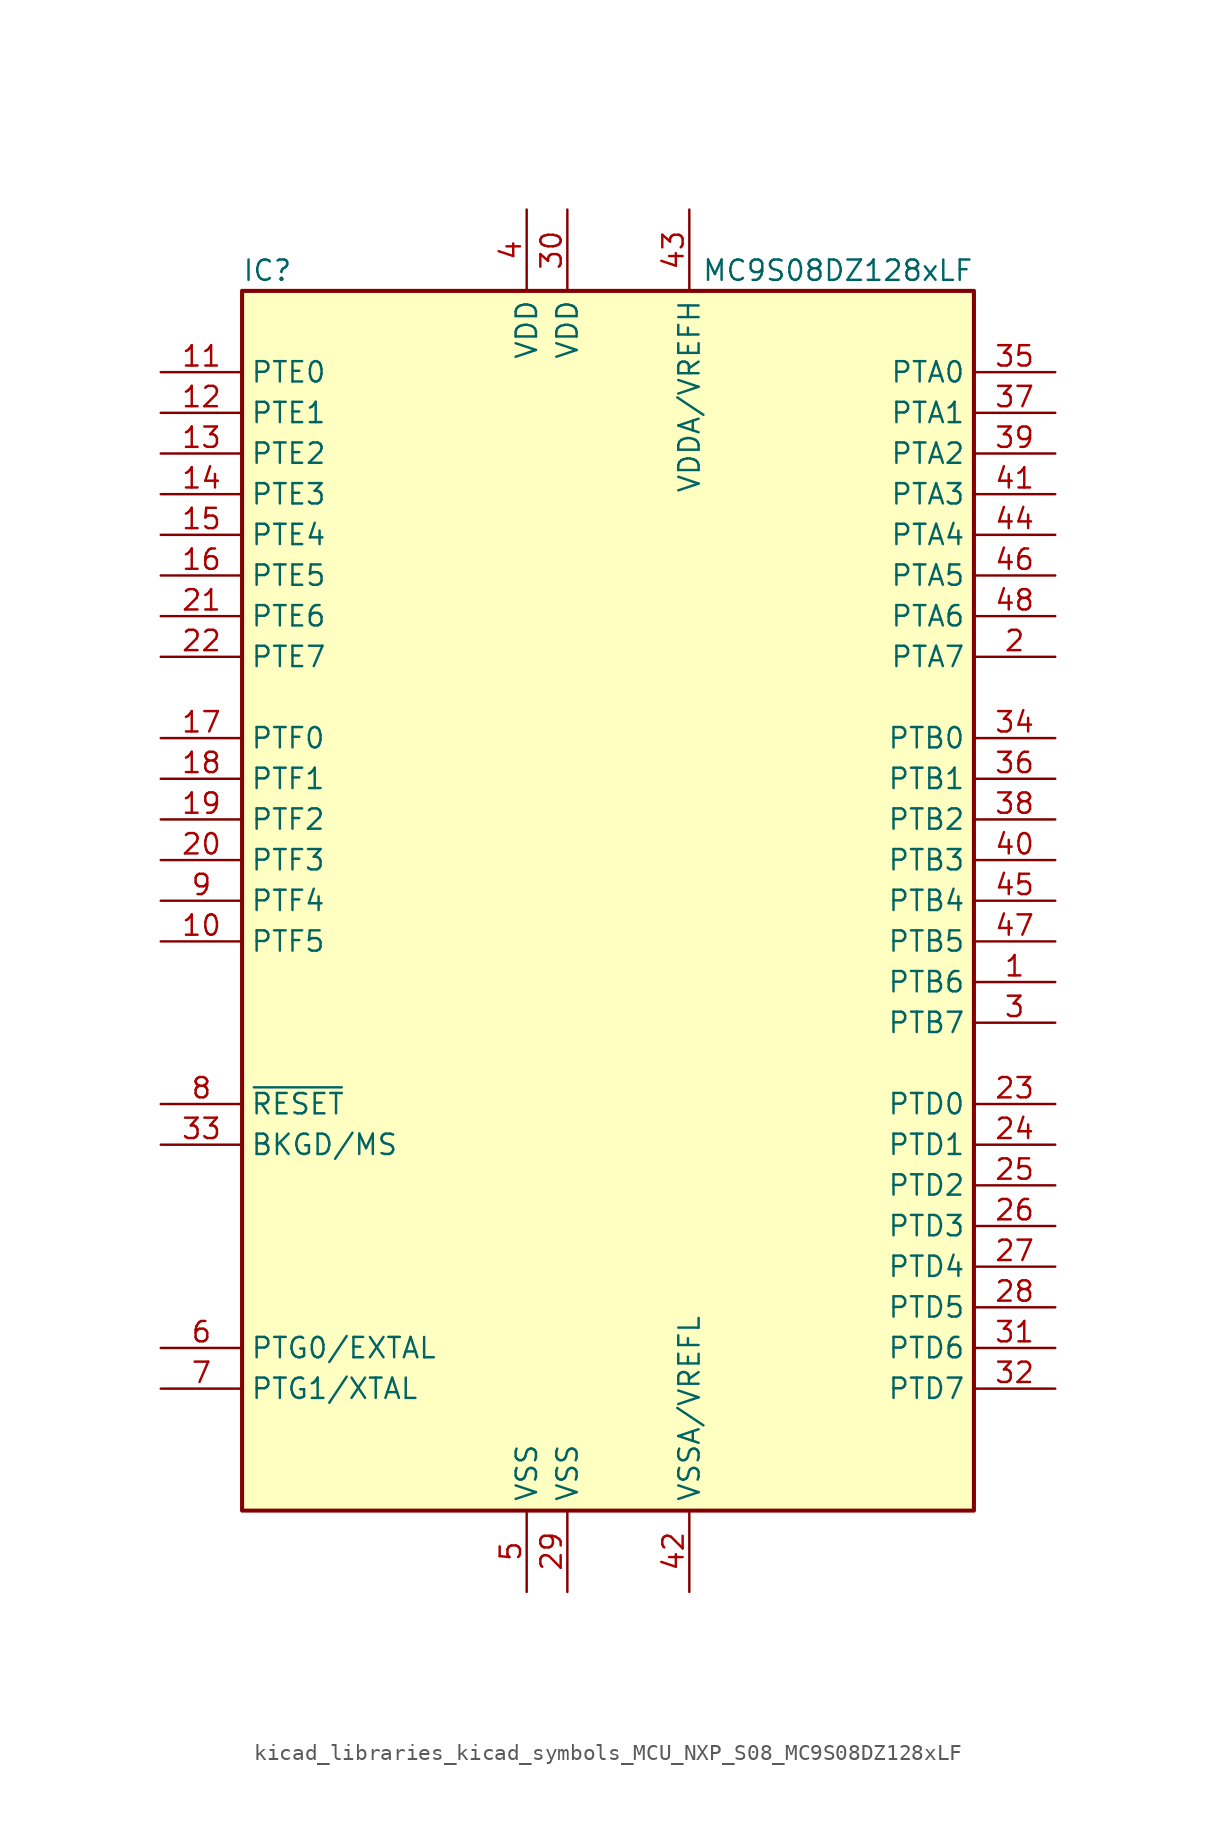
<source format=kicad_sym>
(kicad_symbol_lib
  (version 20220914)
  (generator kicad_symbol_editor)
  (symbol "kicad_libraries_kicad_symbols_MCU_NXP_S08_MC9S08DZ128xLF"
    (property "Reference" "IC"
      (at -22.86 39.37 0)
      (effects (font (size 1.27 1.27)) (justify left)))
    (property "Value" "MC9S08DZ128xLF"
      (at 22.86 39.37 0)
      (effects (font (size 1.27 1.27)) (justify right)))
    (symbol "kicad_libraries_kicad_symbols_MCU_NXP_S08_MC9S08DZ128xLF_0_1"
      (rectangle (start -22.86 38.1) (end 22.86 -38.1) (stroke (width 0.254) (type default)) (fill (type background))))
    (symbol "kicad_libraries_kicad_symbols_MCU_NXP_S08_MC9S08DZ128xLF_1_1"
      (pin bidirectional line (at 27.94 -5.08 180) (length 5.08) (name "PTB6" (effects (font (size 1.27 1.27)))) (number "1" (effects (font (size 1.27 1.27)))))
      (pin bidirectional line (at -27.94 -2.54 0) (length 5.08) (name "PTF5" (effects (font (size 1.27 1.27)))) (number "10" (effects (font (size 1.27 1.27)))))
      (pin bidirectional line (at -27.94 33.02 0) (length 5.08) (name "PTE0" (effects (font (size 1.27 1.27)))) (number "11" (effects (font (size 1.27 1.27)))))
      (pin bidirectional line (at -27.94 30.48 0) (length 5.08) (name "PTE1" (effects (font (size 1.27 1.27)))) (number "12" (effects (font (size 1.27 1.27)))))
      (pin bidirectional line (at -27.94 27.94 0) (length 5.08) (name "PTE2" (effects (font (size 1.27 1.27)))) (number "13" (effects (font (size 1.27 1.27)))))
      (pin bidirectional line (at -27.94 25.4 0) (length 5.08) (name "PTE3" (effects (font (size 1.27 1.27)))) (number "14" (effects (font (size 1.27 1.27)))))
      (pin bidirectional line (at -27.94 22.86 0) (length 5.08) (name "PTE4" (effects (font (size 1.27 1.27)))) (number "15" (effects (font (size 1.27 1.27)))))
      (pin bidirectional line (at -27.94 20.32 0) (length 5.08) (name "PTE5" (effects (font (size 1.27 1.27)))) (number "16" (effects (font (size 1.27 1.27)))))
      (pin bidirectional line (at -27.94 10.16 0) (length 5.08) (name "PTF0" (effects (font (size 1.27 1.27)))) (number "17" (effects (font (size 1.27 1.27)))))
      (pin bidirectional line (at -27.94 7.62 0) (length 5.08) (name "PTF1" (effects (font (size 1.27 1.27)))) (number "18" (effects (font (size 1.27 1.27)))))
      (pin bidirectional line (at -27.94 5.08 0) (length 5.08) (name "PTF2" (effects (font (size 1.27 1.27)))) (number "19" (effects (font (size 1.27 1.27)))))
      (pin bidirectional line (at 27.94 15.24 180) (length 5.08) (name "PTA7" (effects (font (size 1.27 1.27)))) (number "2" (effects (font (size 1.27 1.27)))))
      (pin bidirectional line (at -27.94 2.54 0) (length 5.08) (name "PTF3" (effects (font (size 1.27 1.27)))) (number "20" (effects (font (size 1.27 1.27)))))
      (pin bidirectional line (at -27.94 17.78 0) (length 5.08) (name "PTE6" (effects (font (size 1.27 1.27)))) (number "21" (effects (font (size 1.27 1.27)))))
      (pin bidirectional line (at -27.94 15.24 0) (length 5.08) (name "PTE7" (effects (font (size 1.27 1.27)))) (number "22" (effects (font (size 1.27 1.27)))))
      (pin bidirectional line (at 27.94 -12.7 180) (length 5.08) (name "PTD0" (effects (font (size 1.27 1.27)))) (number "23" (effects (font (size 1.27 1.27)))))
      (pin bidirectional line (at 27.94 -15.24 180) (length 5.08) (name "PTD1" (effects (font (size 1.27 1.27)))) (number "24" (effects (font (size 1.27 1.27)))))
      (pin bidirectional line (at 27.94 -17.78 180) (length 5.08) (name "PTD2" (effects (font (size 1.27 1.27)))) (number "25" (effects (font (size 1.27 1.27)))))
      (pin bidirectional line (at 27.94 -20.32 180) (length 5.08) (name "PTD3" (effects (font (size 1.27 1.27)))) (number "26" (effects (font (size 1.27 1.27)))))
      (pin bidirectional line (at 27.94 -22.86 180) (length 5.08) (name "PTD4" (effects (font (size 1.27 1.27)))) (number "27" (effects (font (size 1.27 1.27)))))
      (pin bidirectional line (at 27.94 -25.4 180) (length 5.08) (name "PTD5" (effects (font (size 1.27 1.27)))) (number "28" (effects (font (size 1.27 1.27)))))
      (pin power_in line (at -2.54 -43.18 90) (length 5.08) (name "VSS" (effects (font (size 1.27 1.27)))) (number "29" (effects (font (size 1.27 1.27)))))
      (pin bidirectional line (at 27.94 -7.62 180) (length 5.08) (name "PTB7" (effects (font (size 1.27 1.27)))) (number "3" (effects (font (size 1.27 1.27)))))
      (pin power_in line (at -2.54 43.18 270) (length 5.08) (name "VDD" (effects (font (size 1.27 1.27)))) (number "30" (effects (font (size 1.27 1.27)))))
      (pin bidirectional line (at 27.94 -27.94 180) (length 5.08) (name "PTD6" (effects (font (size 1.27 1.27)))) (number "31" (effects (font (size 1.27 1.27)))))
      (pin bidirectional line (at 27.94 -30.48 180) (length 5.08) (name "PTD7" (effects (font (size 1.27 1.27)))) (number "32" (effects (font (size 1.27 1.27)))))
      (pin bidirectional line (at -27.94 -15.24 0) (length 5.08) (name "BKGD/MS" (effects (font (size 1.27 1.27)))) (number "33" (effects (font (size 1.27 1.27)))))
      (pin bidirectional line (at 27.94 10.16 180) (length 5.08) (name "PTB0" (effects (font (size 1.27 1.27)))) (number "34" (effects (font (size 1.27 1.27)))))
      (pin bidirectional line (at 27.94 33.02 180) (length 5.08) (name "PTA0" (effects (font (size 1.27 1.27)))) (number "35" (effects (font (size 1.27 1.27)))))
      (pin bidirectional line (at 27.94 7.62 180) (length 5.08) (name "PTB1" (effects (font (size 1.27 1.27)))) (number "36" (effects (font (size 1.27 1.27)))))
      (pin bidirectional line (at 27.94 30.48 180) (length 5.08) (name "PTA1" (effects (font (size 1.27 1.27)))) (number "37" (effects (font (size 1.27 1.27)))))
      (pin bidirectional line (at 27.94 5.08 180) (length 5.08) (name "PTB2" (effects (font (size 1.27 1.27)))) (number "38" (effects (font (size 1.27 1.27)))))
      (pin bidirectional line (at 27.94 27.94 180) (length 5.08) (name "PTA2" (effects (font (size 1.27 1.27)))) (number "39" (effects (font (size 1.27 1.27)))))
      (pin power_in line (at -5.08 43.18 270) (length 5.08) (name "VDD" (effects (font (size 1.27 1.27)))) (number "4" (effects (font (size 1.27 1.27)))))
      (pin bidirectional line (at 27.94 2.54 180) (length 5.08) (name "PTB3" (effects (font (size 1.27 1.27)))) (number "40" (effects (font (size 1.27 1.27)))))
      (pin bidirectional line (at 27.94 25.4 180) (length 5.08) (name "PTA3" (effects (font (size 1.27 1.27)))) (number "41" (effects (font (size 1.27 1.27)))))
      (pin power_in line (at 5.08 -43.18 90) (length 5.08) (name "VSSA/VREFL" (effects (font (size 1.27 1.27)))) (number "42" (effects (font (size 1.27 1.27)))))
      (pin power_in line (at 5.08 43.18 270) (length 5.08) (name "VDDA/VREFH" (effects (font (size 1.27 1.27)))) (number "43" (effects (font (size 1.27 1.27)))))
      (pin bidirectional line (at 27.94 22.86 180) (length 5.08) (name "PTA4" (effects (font (size 1.27 1.27)))) (number "44" (effects (font (size 1.27 1.27)))))
      (pin bidirectional line (at 27.94 0 180) (length 5.08) (name "PTB4" (effects (font (size 1.27 1.27)))) (number "45" (effects (font (size 1.27 1.27)))))
      (pin bidirectional line (at 27.94 20.32 180) (length 5.08) (name "PTA5" (effects (font (size 1.27 1.27)))) (number "46" (effects (font (size 1.27 1.27)))))
      (pin bidirectional line (at 27.94 -2.54 180) (length 5.08) (name "PTB5" (effects (font (size 1.27 1.27)))) (number "47" (effects (font (size 1.27 1.27)))))
      (pin bidirectional line (at 27.94 17.78 180) (length 5.08) (name "PTA6" (effects (font (size 1.27 1.27)))) (number "48" (effects (font (size 1.27 1.27)))))
      (pin power_in line (at -5.08 -43.18 90) (length 5.08) (name "VSS" (effects (font (size 1.27 1.27)))) (number "5" (effects (font (size 1.27 1.27)))))
      (pin bidirectional line (at -27.94 -27.94 0) (length 5.08) (name "PTG0/EXTAL" (effects (font (size 1.27 1.27)))) (number "6" (effects (font (size 1.27 1.27)))))
      (pin bidirectional line (at -27.94 -30.48 0) (length 5.08) (name "PTG1/XTAL" (effects (font (size 1.27 1.27)))) (number "7" (effects (font (size 1.27 1.27)))))
      (pin input line (at -27.94 -12.7 0) (length 5.08) (name "~{RESET}" (effects (font (size 1.27 1.27)))) (number "8" (effects (font (size 1.27 1.27)))))
      (pin bidirectional line (at -27.94 0 0) (length 5.08) (name "PTF4" (effects (font (size 1.27 1.27)))) (number "9" (effects (font (size 1.27 1.27))))))))
</source>
